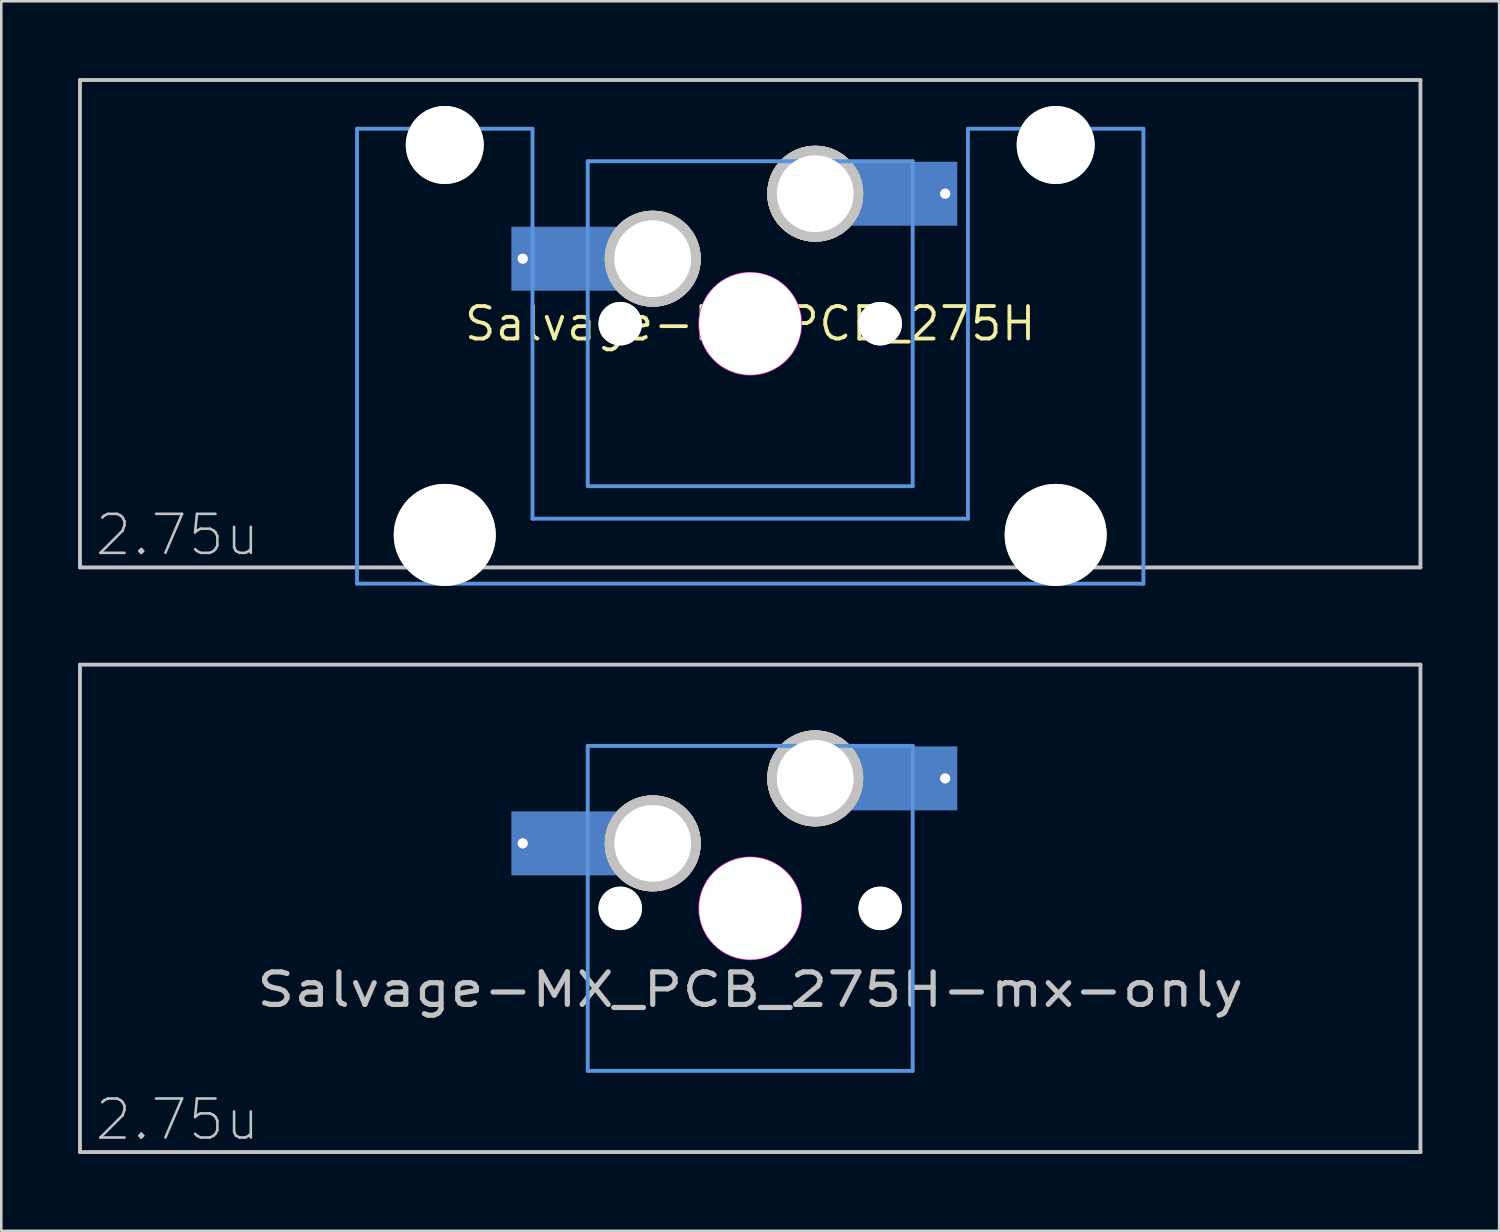
<source format=kicad_pcb>
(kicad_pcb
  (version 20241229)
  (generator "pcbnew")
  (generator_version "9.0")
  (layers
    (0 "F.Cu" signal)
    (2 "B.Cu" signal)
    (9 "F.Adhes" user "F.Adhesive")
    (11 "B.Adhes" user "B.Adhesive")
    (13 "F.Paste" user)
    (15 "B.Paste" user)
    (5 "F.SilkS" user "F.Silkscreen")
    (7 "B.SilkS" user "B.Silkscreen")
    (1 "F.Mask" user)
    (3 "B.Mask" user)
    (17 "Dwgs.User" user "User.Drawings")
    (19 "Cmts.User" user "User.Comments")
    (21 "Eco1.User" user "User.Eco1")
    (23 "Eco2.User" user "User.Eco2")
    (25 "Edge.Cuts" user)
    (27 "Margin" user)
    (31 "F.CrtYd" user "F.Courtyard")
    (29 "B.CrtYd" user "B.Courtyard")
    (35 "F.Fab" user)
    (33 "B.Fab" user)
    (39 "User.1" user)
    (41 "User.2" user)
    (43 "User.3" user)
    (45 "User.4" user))
  (footprint "Salvage-MX_PCB_275H"
    (layer "F.Cu")
    (at 26.27 9.601)
    (property "Reference" "Salvage-MX_PCB_275H" (at 0 0 0) (layer "F.SilkS") (effects (font (size 1.27 1.27) (thickness 0.15))))
    (fp_line (start -26.194 -9.525) (end 26.194 -9.525) (stroke (width 0.152) (type solid)) (layer "Dwgs.User"))
    (fp_line (start -26.194 9.525) (end -26.194 -9.525) (stroke (width 0.152) (type solid)) (layer "Dwgs.User"))
    (fp_line (start 26.194 -9.525) (end 26.194 9.525) (stroke (width 0.152) (type solid)) (layer "Dwgs.User"))
    (fp_line (start 26.194 9.525) (end -26.194 9.525) (stroke (width 0.152) (type solid)) (layer "Dwgs.User"))
    (fp_line (start -15.367 -7.62) (end -15.367 10.16) (stroke (width 0.152) (type solid)) (layer "Cmts.User"))
    (fp_line (start -15.367 10.16) (end 15.367 10.16) (stroke (width 0.152) (type solid)) (layer "Cmts.User"))
    (fp_line (start -8.509 -7.62) (end -15.367 -7.62) (stroke (width 0.152) (type solid)) (layer "Cmts.User"))
    (fp_line (start -8.509 7.62) (end -8.509 -7.62) (stroke (width 0.152) (type solid)) (layer "Cmts.User"))
    (fp_line (start -6.35 -6.35) (end 6.35 -6.35) (stroke (width 0.152) (type solid)) (layer "Cmts.User"))
    (fp_line (start -6.35 6.35) (end -6.35 -6.35) (stroke (width 0.152) (type solid)) (layer "Cmts.User"))
    (fp_line (start 6.35 -6.35) (end 6.35 6.35) (stroke (width 0.152) (type solid)) (layer "Cmts.User"))
    (fp_line (start 6.35 6.35) (end -6.35 6.35) (stroke (width 0.152) (type solid)) (layer "Cmts.User"))
    (fp_line (start 8.509 -7.62) (end 8.509 7.62) (stroke (width 0.152) (type solid)) (layer "Cmts.User"))
    (fp_line (start 8.509 7.62) (end -8.509 7.62) (stroke (width 0.152) (type solid)) (layer "Cmts.User"))
    (fp_line (start 15.367 -7.62) (end 8.509 -7.62) (stroke (width 0.152) (type solid)) (layer "Cmts.User"))
    (fp_line (start 15.367 10.16) (end 15.367 -7.62) (stroke (width 0.152) (type solid)) (layer "Cmts.User"))
    (fp_curve (pts (xy -15.46 -7.995) (xy -15.46 -7.995) (xy -15.46 8.005) (xy -15.46 8.005)) (stroke (width 0.3) (type solid)) (layer "Eco2.User"))
    (fp_curve (pts (xy -15.46 8.005) (xy -15.46 8.555) (xy -15.01 9.005) (xy -14.46 9.005)) (stroke (width 0.3) (type solid)) (layer "Eco2.User"))
    (fp_curve (pts (xy -14.46 -8.995) (xy -15.01 -8.995) (xy -15.46 -8.545) (xy -15.46 -7.995)) (stroke (width 0.3) (type solid)) (layer "Eco2.User"))
    (fp_curve (pts (xy -14.46 9.005) (xy -14.46 9.005) (xy -9.41 9.005) (xy -9.41 9.005)) (stroke (width 0.3) (type solid)) (layer "Eco2.User"))
    (fp_curve (pts (xy -9.41 -8.995) (xy -9.41 -8.995) (xy -14.46 -8.995) (xy -14.46 -8.995)) (stroke (width 0.3) (type solid)) (layer "Eco2.User"))
    (fp_curve (pts (xy -9.41 9.005) (xy -8.86 9.005) (xy -8.41 8.555) (xy -8.41 8.005)) (stroke (width 0.3) (type solid)) (layer "Eco2.User"))
    (fp_curve (pts (xy -8.41 -7.995) (xy -8.41 -8.545) (xy -8.86 -8.995) (xy -9.41 -8.995)) (stroke (width 0.3) (type solid)) (layer "Eco2.User"))
    (fp_curve (pts (xy -8.41 8.005) (xy -8.41 8.005) (xy -8.41 -7.995) (xy -8.41 -7.995)) (stroke (width 0.3) (type solid)) (layer "Eco2.User"))
    (fp_curve (pts (xy -7 -6.001) (xy -7 -6.551) (xy -6.55 -7.001) (xy -6 -7.001)) (stroke (width 0.3) (type solid)) (layer "Eco2.User"))
    (fp_curve (pts (xy -7 5.999) (xy -7 5.999) (xy -7 -6.001) (xy -7 -6.001)) (stroke (width 0.3) (type solid)) (layer "Eco2.User"))
    (fp_curve (pts (xy -6 -7.001) (xy -6 -7.001) (xy 6 -7.001) (xy 6 -7.001)) (stroke (width 0.3) (type solid)) (layer "Eco2.User"))
    (fp_curve (pts (xy -6 6.999) (xy -6.55 6.999) (xy -7 6.549) (xy -7 5.999)) (stroke (width 0.3) (type solid)) (layer "Eco2.User"))
    (fp_curve (pts (xy 6 -7.001) (xy 6.55 -7.001) (xy 7 -6.551) (xy 7 -6.001)) (stroke (width 0.3) (type solid)) (layer "Eco2.User"))
    (fp_curve (pts (xy 6 6.999) (xy 6 6.999) (xy -6 6.999) (xy -6 6.999)) (stroke (width 0.3) (type solid)) (layer "Eco2.User"))
    (fp_curve (pts (xy 7 -6.001) (xy 7 -6.001) (xy 7 5.999) (xy 7 5.999)) (stroke (width 0.3) (type solid)) (layer "Eco2.User"))
    (fp_curve (pts (xy 7 5.999) (xy 7 6.549) (xy 6.55 6.999) (xy 6 6.999)) (stroke (width 0.3) (type solid)) (layer "Eco2.User"))
    (fp_curve (pts (xy 8.406 -7.995) (xy 8.406 -8.545) (xy 8.856 -8.995) (xy 9.406 -8.995)) (stroke (width 0.3) (type solid)) (layer "Eco2.User"))
    (fp_curve (pts (xy 8.406 8.005) (xy 8.406 8.005) (xy 8.406 -7.995) (xy 8.406 -7.995)) (stroke (width 0.3) (type solid)) (layer "Eco2.User"))
    (fp_curve (pts (xy 9.406 -8.995) (xy 9.406 -8.995) (xy 14.456 -8.995) (xy 14.456 -8.995)) (stroke (width 0.3) (type solid)) (layer "Eco2.User"))
    (fp_curve (pts (xy 9.406 9.005) (xy 8.856 9.005) (xy 8.406 8.555) (xy 8.406 8.005)) (stroke (width 0.3) (type solid)) (layer "Eco2.User"))
    (fp_curve (pts (xy 14.456 -8.995) (xy 15.006 -8.995) (xy 15.456 -8.545) (xy 15.456 -7.995)) (stroke (width 0.3) (type solid)) (layer "Eco2.User"))
    (fp_curve (pts (xy 14.456 9.005) (xy 14.456 9.005) (xy 9.406 9.005) (xy 9.406 9.005)) (stroke (width 0.3) (type solid)) (layer "Eco2.User"))
    (fp_curve (pts (xy 15.456 -7.995) (xy 15.456 -7.995) (xy 15.456 8.005) (xy 15.456 8.005)) (stroke (width 0.3) (type solid)) (layer "Eco2.User"))
    (fp_curve (pts (xy 15.456 8.005) (xy 15.456 8.555) (xy 15.006 9.005) (xy 14.456 9.005)) (stroke (width 0.3) (type solid)) (layer "Eco2.User"))
    (fp_circle (center 0 0) (end 2 0) (stroke (width 0.05) (type solid)) (fill no) (layer "F.CrtYd"))
    (fp_text user "2.75u" (at -22.385 8.255 0) (layer "Dwgs.User") (effects (font (size 1.524 1.524) (thickness 0.1))))
    (pad "" np_thru_hole circle (at -11.938 -6.985) (size 3.048 3.048) (drill 3.048) (layers "*.Cu" "Dwgs.User"))
    (pad "" np_thru_hole circle (at -11.938 8.255) (size 3.988 3.988) (drill 3.988) (layers "*.Cu" "Dwgs.User"))
    (pad "" smd rect (at -7.085 -2.54) (size 2.55 2.5) (layers "B.Mask" "B.Paste"))
    (pad "" np_thru_hole circle (at -5.08 0) (size 1.7 1.7) (drill 1.7) (layers "*.Cu" "Dwgs.User"))
    (pad "" np_thru_hole circle (at 0 0) (size 3.988 3.988) (drill 3.988) (layers "*.Cu" "Dwgs.User"))
    (pad "" np_thru_hole circle (at 5.08 0) (size 1.7 1.7) (drill 1.7) (layers "*.Cu" "Dwgs.User"))
    (pad "" smd rect (at 5.815 -5.08) (size 2.55 2.5) (layers "B.Mask" "B.Paste"))
    (pad "" np_thru_hole circle (at 11.938 -6.985) (size 3.048 3.048) (drill 3.048) (layers "*.Cu" "Dwgs.User"))
    (pad "" np_thru_hole circle (at 11.938 8.255) (size 3.988 3.988) (drill 3.988) (layers "*.Cu" "Dwgs.User"))
    (pad "1" thru_hole circle (at 2.54 -5.08) (size 3.75 3.75) (drill 3) (layers "*.Cu" "*.SilkS" "*.Mask" "Dwgs.User"))
    (pad "1" smd rect (at 5.842 -5.08) (size 4.5 2.5) (layers "B.Cu"))
    (pad "1" thru_hole circle (at 7.62 -5.08) (size 0.8 0.8) (drill 0.4) (layers "*.Cu"))
    (pad "2" thru_hole circle (at -8.89 -2.54) (size 0.8 0.8) (drill 0.4) (layers "*.Cu"))
    (pad "2" smd rect (at -7.085 -2.54) (size 4.5 2.5) (layers "B.Cu"))
    (pad "2" thru_hole circle (at -3.81 -2.54) (size 3.75 3.75) (drill 3) (layers "*.Cu" "*.SilkS" "*.Mask" "Dwgs.User")))
  (footprint "Salvage-MX_PCB_275H-mx-only"
    (layer "F.Cu")
    (at 26.27 32.451)
    (property "Reference" "Salvage-MX_PCB_275H-mx-only" (at 0 3.175 0) (layer "Dwgs.User") (effects (font (size 1.27 1.524) (thickness 0.203))))
    (fp_line (start -26.194 -9.525) (end 26.194 -9.525) (stroke (width 0.152) (type solid)) (layer "Dwgs.User"))
    (fp_line (start -26.194 9.525) (end -26.194 -9.525) (stroke (width 0.152) (type solid)) (layer "Dwgs.User"))
    (fp_line (start 26.194 -9.525) (end 26.194 9.525) (stroke (width 0.152) (type solid)) (layer "Dwgs.User"))
    (fp_line (start 26.194 9.525) (end -26.194 9.525) (stroke (width 0.152) (type solid)) (layer "Dwgs.User"))
    (fp_line (start -6.35 -6.35) (end 6.35 -6.35) (stroke (width 0.152) (type solid)) (layer "Cmts.User"))
    (fp_line (start -6.35 6.35) (end -6.35 -6.35) (stroke (width 0.152) (type solid)) (layer "Cmts.User"))
    (fp_line (start 6.35 -6.35) (end 6.35 6.35) (stroke (width 0.152) (type solid)) (layer "Cmts.User"))
    (fp_line (start 6.35 6.35) (end -6.35 6.35) (stroke (width 0.152) (type solid)) (layer "Cmts.User"))
    (fp_curve (pts (xy -7 -6.001) (xy -7 -6.551) (xy -6.55 -7.001) (xy -6 -7.001)) (stroke (width 0.3) (type solid)) (layer "Eco2.User"))
    (fp_curve (pts (xy -7 5.999) (xy -7 5.999) (xy -7 -6.001) (xy -7 -6.001)) (stroke (width 0.3) (type solid)) (layer "Eco2.User"))
    (fp_curve (pts (xy -6 -7.001) (xy -6 -7.001) (xy 6 -7.001) (xy 6 -7.001)) (stroke (width 0.3) (type solid)) (layer "Eco2.User"))
    (fp_curve (pts (xy -6 6.999) (xy -6.55 6.999) (xy -7 6.549) (xy -7 5.999)) (stroke (width 0.3) (type solid)) (layer "Eco2.User"))
    (fp_curve (pts (xy 6 -7.001) (xy 6.55 -7.001) (xy 7 -6.551) (xy 7 -6.001)) (stroke (width 0.3) (type solid)) (layer "Eco2.User"))
    (fp_curve (pts (xy 6 6.999) (xy 6 6.999) (xy -6 6.999) (xy -6 6.999)) (stroke (width 0.3) (type solid)) (layer "Eco2.User"))
    (fp_curve (pts (xy 7 -6.001) (xy 7 -6.001) (xy 7 5.999) (xy 7 5.999)) (stroke (width 0.3) (type solid)) (layer "Eco2.User"))
    (fp_curve (pts (xy 7 5.999) (xy 7 6.549) (xy 6.55 6.999) (xy 6 6.999)) (stroke (width 0.3) (type solid)) (layer "Eco2.User"))
    (fp_circle (center 0 0) (end 2 0) (stroke (width 0.05) (type solid)) (fill no) (layer "F.CrtYd"))
    (fp_text user "2.75u" (at -22.385 8.255 0) (layer "Dwgs.User") (effects (font (size 1.524 1.524) (thickness 0.1))))
    (pad "" smd rect (at -7.085 -2.54) (size 2.55 2.5) (layers "B.Mask" "B.Paste"))
    (pad "" np_thru_hole circle (at -5.08 0) (size 1.7 1.7) (drill 1.7) (layers "*.Cu" "Dwgs.User"))
    (pad "" np_thru_hole circle (at 0 0) (size 3.988 3.988) (drill 3.988) (layers "*.Cu" "Dwgs.User"))
    (pad "" np_thru_hole circle (at 5.08 0) (size 1.7 1.7) (drill 1.7) (layers "*.Cu" "Dwgs.User"))
    (pad "" smd rect (at 5.815 -5.08) (size 2.55 2.5) (layers "B.Mask" "B.Paste"))
    (pad "1" thru_hole circle (at 2.54 -5.08) (size 3.75 3.75) (drill 3) (layers "*.Cu" "*.SilkS" "*.Mask" "Dwgs.User"))
    (pad "1" smd rect (at 5.842 -5.08) (size 4.5 2.5) (layers "B.Cu"))
    (pad "1" thru_hole circle (at 7.62 -5.08) (size 0.8 0.8) (drill 0.4) (layers "*.Cu"))
    (pad "2" thru_hole circle (at -8.89 -2.54) (size 0.8 0.8) (drill 0.4) (layers "*.Cu"))
    (pad "2" smd rect (at -7.085 -2.54) (size 4.5 2.5) (layers "B.Cu"))
    (pad "2" thru_hole circle (at -3.81 -2.54) (size 3.75 3.75) (drill 3) (layers "*.Cu" "*.SilkS" "*.Mask" "Dwgs.User")))
  (gr_rect
    (start -3 -3)
    (end 55.54 45.053)
    (stroke (width 0.1) (type default))
    (fill no)
    (layer "Edge.Cuts")))
</source>
